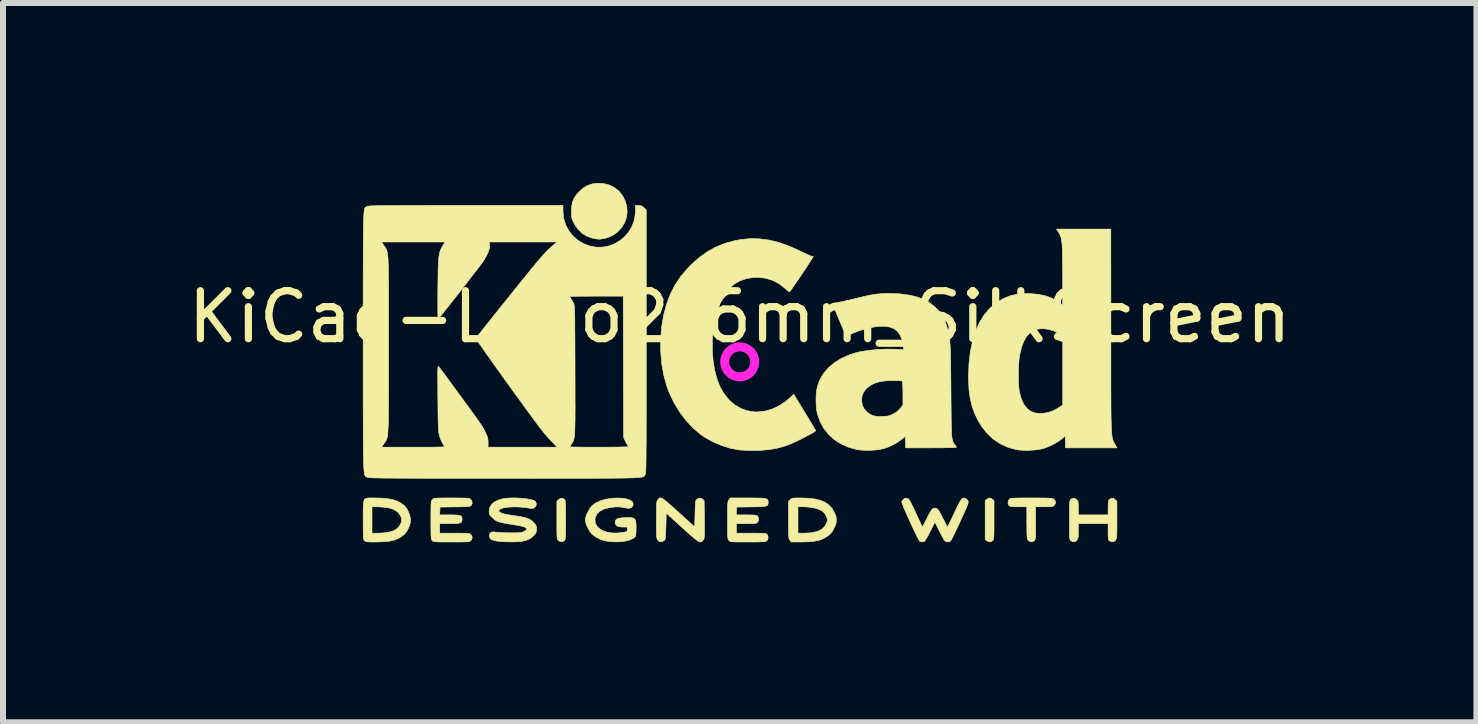
<source format=kicad_pcb>
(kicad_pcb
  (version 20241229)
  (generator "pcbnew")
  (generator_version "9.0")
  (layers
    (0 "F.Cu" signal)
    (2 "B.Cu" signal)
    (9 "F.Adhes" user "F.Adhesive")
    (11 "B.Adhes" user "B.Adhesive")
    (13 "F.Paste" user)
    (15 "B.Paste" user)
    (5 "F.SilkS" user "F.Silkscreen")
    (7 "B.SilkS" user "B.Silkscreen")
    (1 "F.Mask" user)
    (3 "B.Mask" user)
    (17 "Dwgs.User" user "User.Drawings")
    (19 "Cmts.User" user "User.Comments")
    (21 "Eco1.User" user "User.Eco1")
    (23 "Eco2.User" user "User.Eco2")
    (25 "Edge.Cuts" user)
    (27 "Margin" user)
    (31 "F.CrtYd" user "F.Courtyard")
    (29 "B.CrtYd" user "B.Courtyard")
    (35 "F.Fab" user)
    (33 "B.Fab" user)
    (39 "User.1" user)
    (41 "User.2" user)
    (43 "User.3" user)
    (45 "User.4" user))
  (footprint "KiCad-Logo2_6mm_SilkScreen"
    (layer "F.Cu")
    (at 9.281 2.982)
    (property "Reference" "KiCad-Logo2_6mm_SilkScreen" (at 0 -0.75 0) (layer "F.SilkS") (effects (font (size 0.8 0.8) (thickness 0.12))))
    (attr exclude_from_pos_files exclude_from_bom)
    (fp_poly (pts (xy 4.189 2.276) (xy 4.212 2.291) (xy 4.239 2.312) (xy 4.239 2.634) (xy 4.239 2.728) (xy 4.239 2.802) (xy 4.238 2.859) (xy 4.236 2.901) (xy 4.234 2.931) (xy 4.231 2.951) (xy 4.227 2.965) (xy 4.221 2.974) (xy 4.217 2.979) (xy 4.186 3) (xy 4.15 2.999) (xy 4.119 2.981) (xy 4.092 2.96) (xy 4.092 2.312) (xy 4.119 2.291) (xy 4.145 2.275) (xy 4.166 2.269) (xy 4.189 2.276)) (stroke (width 0.01) (type solid)) (fill yes) (layer "F.SilkS"))
    (fp_poly (pts (xy -2.924 2.292) (xy -2.917 2.299) (xy -2.912 2.309) (xy -2.908 2.324) (xy -2.905 2.346) (xy -2.903 2.378) (xy -2.902 2.422) (xy -2.902 2.482) (xy -2.901 2.56) (xy -2.901 2.636) (xy -2.901 2.73) (xy -2.902 2.804) (xy -2.902 2.86) (xy -2.904 2.902) (xy -2.906 2.932) (xy -2.909 2.952) (xy -2.913 2.965) (xy -2.919 2.974) (xy -2.924 2.98) (xy -2.957 3) (xy -2.992 2.998) (xy -3.023 2.977) (xy -3.031 2.968) (xy -3.036 2.959) (xy -3.041 2.945) (xy -3.044 2.924) (xy -3.046 2.895) (xy -3.047 2.853) (xy -3.048 2.796) (xy -3.048 2.722) (xy -3.048 2.638) (xy -3.048 2.324) (xy -3.02 2.297) (xy -2.986 2.273) (xy -2.953 2.273) (xy -2.924 2.292)) (stroke (width 0.01) (type solid)) (fill yes) (layer "F.SilkS"))
    (fp_poly (pts (xy -2.273 -2.973) (xy -2.177 -2.949) (xy -2.09 -2.906) (xy -2.015 -2.847) (xy -1.954 -2.772) (xy -1.909 -2.683) (xy -1.883 -2.586) (xy -1.877 -2.489) (xy -1.892 -2.395) (xy -1.926 -2.307) (xy -1.977 -2.228) (xy -2.042 -2.16) (xy -2.121 -2.106) (xy -2.212 -2.068) (xy -2.263 -2.056) (xy -2.308 -2.048) (xy -2.342 -2.045) (xy -2.375 -2.047) (xy -2.415 -2.054) (xy -2.449 -2.061) (xy -2.542 -2.092) (xy -2.626 -2.143) (xy -2.698 -2.213) (xy -2.756 -2.298) (xy -2.77 -2.326) (xy -2.787 -2.362) (xy -2.797 -2.392) (xy -2.802 -2.425) (xy -2.805 -2.466) (xy -2.805 -2.512) (xy -2.801 -2.596) (xy -2.787 -2.665) (xy -2.762 -2.726) (xy -2.723 -2.784) (xy -2.684 -2.829) (xy -2.612 -2.895) (xy -2.537 -2.94) (xy -2.455 -2.967) (xy -2.377 -2.977) (xy -2.273 -2.973)) (stroke (width 0.01) (type solid)) (fill yes) (layer "F.SilkS"))
    (fp_poly (pts (xy 4.963 2.269) (xy 5.042 2.27) (xy 5.103 2.27) (xy 5.149 2.272) (xy 5.182 2.274) (xy 5.205 2.277) (xy 5.221 2.28) (xy 5.231 2.285) (xy 5.236 2.289) (xy 5.261 2.321) (xy 5.265 2.355) (xy 5.249 2.386) (xy 5.238 2.398) (xy 5.227 2.406) (xy 5.211 2.412) (xy 5.186 2.414) (xy 5.147 2.416) (xy 5.09 2.416) (xy 5.079 2.416) (xy 4.933 2.416) (xy 4.933 2.687) (xy 4.933 2.772) (xy 4.933 2.838) (xy 4.932 2.887) (xy 4.93 2.922) (xy 4.927 2.946) (xy 4.923 2.962) (xy 4.918 2.972) (xy 4.911 2.98) (xy 4.878 3) (xy 4.843 2.999) (xy 4.812 2.976) (xy 4.81 2.973) (xy 4.802 2.962) (xy 4.797 2.95) (xy 4.793 2.933) (xy 4.79 2.908) (xy 4.788 2.872) (xy 4.787 2.822) (xy 4.787 2.755) (xy 4.786 2.68) (xy 4.786 2.416) (xy 4.647 2.416) (xy 4.587 2.415) (xy 4.546 2.414) (xy 4.519 2.411) (xy 4.502 2.405) (xy 4.49 2.397) (xy 4.489 2.395) (xy 4.473 2.362) (xy 4.474 2.324) (xy 4.493 2.292) (xy 4.5 2.285) (xy 4.51 2.28) (xy 4.524 2.276) (xy 4.545 2.274) (xy 4.575 2.272) (xy 4.618 2.27) (xy 4.676 2.269) (xy 4.75 2.269) (xy 4.844 2.269) (xy 4.864 2.269) (xy 4.963 2.269)) (stroke (width 0.01) (type solid)) (fill yes) (layer "F.SilkS"))
    (fp_poly (pts (xy 6.229 2.275) (xy 6.26 2.297) (xy 6.288 2.324) (xy 6.288 2.634) (xy 6.288 2.726) (xy 6.287 2.798) (xy 6.287 2.853) (xy 6.285 2.893) (xy 6.283 2.922) (xy 6.28 2.942) (xy 6.275 2.956) (xy 6.269 2.967) (xy 6.265 2.973) (xy 6.234 2.998) (xy 6.198 3) (xy 6.166 2.985) (xy 6.156 2.976) (xy 6.148 2.965) (xy 6.144 2.946) (xy 6.142 2.915) (xy 6.141 2.869) (xy 6.141 2.833) (xy 6.141 2.698) (xy 5.644 2.698) (xy 5.644 2.821) (xy 5.644 2.877) (xy 5.642 2.915) (xy 5.638 2.941) (xy 5.63 2.96) (xy 5.621 2.973) (xy 5.59 2.998) (xy 5.555 3.001) (xy 5.522 2.983) (xy 5.513 2.974) (xy 5.506 2.962) (xy 5.502 2.943) (xy 5.499 2.914) (xy 5.498 2.87) (xy 5.497 2.808) (xy 5.497 2.794) (xy 5.497 2.678) (xy 5.497 2.582) (xy 5.497 2.504) (xy 5.497 2.443) (xy 5.498 2.396) (xy 5.5 2.361) (xy 5.502 2.335) (xy 5.505 2.318) (xy 5.51 2.306) (xy 5.515 2.298) (xy 5.52 2.292) (xy 5.552 2.272) (xy 5.585 2.275) (xy 5.617 2.297) (xy 5.629 2.311) (xy 5.638 2.327) (xy 5.642 2.35) (xy 5.644 2.384) (xy 5.644 2.436) (xy 5.644 2.551) (xy 6.141 2.551) (xy 6.141 2.433) (xy 6.142 2.378) (xy 6.144 2.341) (xy 6.148 2.317) (xy 6.155 2.301) (xy 6.164 2.292) (xy 6.196 2.272) (xy 6.229 2.275)) (stroke (width 0.01) (type solid)) (fill yes) (layer "F.SilkS"))
    (fp_poly (pts (xy 1.018 2.269) (xy 1.147 2.274) (xy 1.257 2.287) (xy 1.349 2.31) (xy 1.426 2.343) (xy 1.489 2.388) (xy 1.539 2.444) (xy 1.58 2.514) (xy 1.58 2.515) (xy 1.605 2.577) (xy 1.613 2.633) (xy 1.606 2.688) (xy 1.584 2.751) (xy 1.579 2.761) (xy 1.55 2.817) (xy 1.517 2.86) (xy 1.475 2.897) (xy 1.417 2.934) (xy 1.414 2.936) (xy 1.364 2.96) (xy 1.307 2.978) (xy 1.24 2.991) (xy 1.159 2.999) (xy 1.06 3.002) (xy 1.025 3.002) (xy 0.86 3.003) (xy 0.836 2.973) (xy 0.829 2.963) (xy 0.824 2.952) (xy 0.82 2.936) (xy 0.817 2.913) (xy 0.815 2.88) (xy 0.814 2.856) (xy 0.971 2.856) (xy 1.065 2.856) (xy 1.12 2.854) (xy 1.176 2.85) (xy 1.222 2.844) (xy 1.225 2.844) (xy 1.307 2.822) (xy 1.371 2.789) (xy 1.418 2.743) (xy 1.451 2.683) (xy 1.457 2.667) (xy 1.463 2.642) (xy 1.46 2.618) (xy 1.448 2.585) (xy 1.441 2.569) (xy 1.418 2.527) (xy 1.39 2.497) (xy 1.359 2.477) (xy 1.297 2.45) (xy 1.218 2.43) (xy 1.125 2.419) (xy 1.058 2.416) (xy 0.971 2.416) (xy 0.971 2.856) (xy 0.814 2.856) (xy 0.814 2.835) (xy 0.813 2.774) (xy 0.813 2.696) (xy 0.813 2.634) (xy 0.813 2.324) (xy 0.841 2.297) (xy 0.853 2.286) (xy 0.866 2.278) (xy 0.885 2.273) (xy 0.913 2.27) (xy 0.955 2.269) (xy 1.015 2.269) (xy 1.018 2.269)) (stroke (width 0.01) (type solid)) (fill yes) (layer "F.SilkS"))
    (fp_poly (pts (xy -6.121 2.269) (xy -6.082 2.269) (xy -5.966 2.272) (xy -5.869 2.281) (xy -5.788 2.295) (xy -5.719 2.317) (xy -5.658 2.347) (xy -5.604 2.387) (xy -5.584 2.404) (xy -5.552 2.443) (xy -5.523 2.497) (xy -5.5 2.557) (xy -5.488 2.615) (xy -5.486 2.636) (xy -5.494 2.695) (xy -5.516 2.759) (xy -5.547 2.82) (xy -5.584 2.868) (xy -5.59 2.874) (xy -5.641 2.915) (xy -5.696 2.947) (xy -5.76 2.971) (xy -5.834 2.988) (xy -5.924 2.998) (xy -6.031 3.002) (xy -6.08 3.003) (xy -6.142 3.003) (xy -6.186 3.001) (xy -6.215 2.999) (xy -6.234 2.994) (xy -6.247 2.987) (xy -6.254 2.98) (xy -6.261 2.973) (xy -6.266 2.963) (xy -6.27 2.948) (xy -6.273 2.926) (xy -6.274 2.894) (xy -6.276 2.85) (xy -6.276 2.79) (xy -6.277 2.712) (xy -6.277 2.636) (xy -6.277 2.535) (xy -6.277 2.454) (xy -6.276 2.416) (xy -6.13 2.416) (xy -6.13 2.856) (xy -6.037 2.856) (xy -5.981 2.854) (xy -5.922 2.85) (xy -5.873 2.844) (xy -5.872 2.844) (xy -5.792 2.825) (xy -5.731 2.795) (xy -5.684 2.753) (xy -5.655 2.707) (xy -5.636 2.656) (xy -5.638 2.608) (xy -5.659 2.557) (xy -5.7 2.504) (xy -5.758 2.465) (xy -5.833 2.438) (xy -5.883 2.429) (xy -5.939 2.423) (xy -6 2.418) (xy -6.051 2.416) (xy -6.054 2.416) (xy -6.13 2.416) (xy -6.276 2.416) (xy -6.275 2.392) (xy -6.271 2.345) (xy -6.263 2.312) (xy -6.25 2.29) (xy -6.23 2.277) (xy -6.203 2.27) (xy -6.167 2.269) (xy -6.121 2.269)) (stroke (width 0.01) (type solid)) (fill yes) (layer "F.SilkS"))
    (fp_poly (pts (xy -1.3 2.273) (xy -1.277 2.287) (xy -1.246 2.31) (xy -1.206 2.342) (xy -1.156 2.386) (xy -1.094 2.441) (xy -1.018 2.509) (xy -0.931 2.588) (xy -0.751 2.752) (xy -0.745 2.532) (xy -0.743 2.456) (xy -0.741 2.4) (xy -0.739 2.36) (xy -0.736 2.332) (xy -0.731 2.314) (xy -0.725 2.303) (xy -0.717 2.294) (xy -0.713 2.291) (xy -0.678 2.272) (xy -0.645 2.274) (xy -0.619 2.291) (xy -0.593 2.312) (xy -0.589 2.627) (xy -0.588 2.72) (xy -0.588 2.793) (xy -0.588 2.848) (xy -0.589 2.889) (xy -0.591 2.919) (xy -0.594 2.939) (xy -0.598 2.953) (xy -0.604 2.964) (xy -0.61 2.972) (xy -0.623 2.988) (xy -0.637 2.999) (xy -0.652 3.003) (xy -0.671 2.999) (xy -0.695 2.987) (xy -0.727 2.965) (xy -0.768 2.932) (xy -0.821 2.887) (xy -0.886 2.829) (xy -0.96 2.762) (xy -1.225 2.521) (xy -1.23 2.741) (xy -1.233 2.816) (xy -1.235 2.872) (xy -1.237 2.913) (xy -1.24 2.94) (xy -1.244 2.958) (xy -1.25 2.969) (xy -1.259 2.978) (xy -1.263 2.981) (xy -1.3 3) (xy -1.335 2.997) (xy -1.365 2.973) (xy -1.372 2.963) (xy -1.378 2.952) (xy -1.382 2.936) (xy -1.385 2.913) (xy -1.386 2.88) (xy -1.388 2.835) (xy -1.388 2.774) (xy -1.389 2.694) (xy -1.389 2.636) (xy -1.388 2.544) (xy -1.388 2.473) (xy -1.387 2.418) (xy -1.386 2.378) (xy -1.384 2.349) (xy -1.38 2.329) (xy -1.376 2.315) (xy -1.37 2.305) (xy -1.365 2.299) (xy -1.354 2.285) (xy -1.343 2.274) (xy -1.332 2.268) (xy -1.318 2.267) (xy -1.3 2.273)) (stroke (width 0.01) (type solid)) (fill yes) (layer "F.SilkS"))
    (fp_poly (pts (xy -1.95 2.275) (xy -1.882 2.286) (xy -1.829 2.304) (xy -1.795 2.327) (xy -1.785 2.341) (xy -1.776 2.372) (xy -1.782 2.4) (xy -1.802 2.427) (xy -1.834 2.44) (xy -1.879 2.439) (xy -1.914 2.432) (xy -1.992 2.419) (xy -2.072 2.418) (xy -2.162 2.428) (xy -2.186 2.433) (xy -2.269 2.456) (xy -2.334 2.491) (xy -2.38 2.537) (xy -2.407 2.592) (xy -2.413 2.621) (xy -2.409 2.68) (xy -2.386 2.732) (xy -2.345 2.776) (xy -2.288 2.811) (xy -2.219 2.837) (xy -2.138 2.852) (xy -2.048 2.854) (xy -1.951 2.845) (xy -1.945 2.844) (xy -1.907 2.836) (xy -1.885 2.83) (xy -1.876 2.819) (xy -1.874 2.802) (xy -1.874 2.793) (xy -1.874 2.754) (xy -1.942 2.754) (xy -2.003 2.75) (xy -2.044 2.737) (xy -2.068 2.714) (xy -2.077 2.679) (xy -2.077 2.674) (xy -2.072 2.645) (xy -2.054 2.623) (xy -2.022 2.609) (xy -1.972 2.601) (xy -1.923 2.598) (xy -1.852 2.596) (xy -1.801 2.599) (xy -1.766 2.609) (xy -1.744 2.628) (xy -1.733 2.66) (xy -1.728 2.708) (xy -1.727 2.77) (xy -1.729 2.84) (xy -1.733 2.887) (xy -1.74 2.912) (xy -1.741 2.914) (xy -1.78 2.946) (xy -1.837 2.97) (xy -1.909 2.988) (xy -1.991 2.999) (xy -2.081 3.001) (xy -2.175 2.994) (xy -2.23 2.986) (xy -2.316 2.962) (xy -2.396 2.922) (xy -2.463 2.87) (xy -2.473 2.86) (xy -2.506 2.816) (xy -2.536 2.762) (xy -2.559 2.706) (xy -2.572 2.654) (xy -2.574 2.635) (xy -2.567 2.593) (xy -2.55 2.542) (xy -2.524 2.488) (xy -2.495 2.439) (xy -2.469 2.406) (xy -2.408 2.357) (xy -2.329 2.319) (xy -2.235 2.29) (xy -2.129 2.274) (xy -2.032 2.27) (xy -1.95 2.275)) (stroke (width 0.01) (type solid)) (fill yes) (layer "F.SilkS"))
    (fp_poly (pts (xy 0.23 2.269) (xy 0.307 2.27) (xy 0.365 2.272) (xy 0.408 2.276) (xy 0.438 2.282) (xy 0.457 2.291) (xy 0.468 2.303) (xy 0.473 2.319) (xy 0.474 2.339) (xy 0.474 2.341) (xy 0.473 2.364) (xy 0.468 2.382) (xy 0.457 2.395) (xy 0.437 2.404) (xy 0.406 2.41) (xy 0.36 2.414) (xy 0.298 2.417) (xy 0.216 2.418) (xy 0.191 2.418) (xy -0.051 2.421) (xy -0.054 2.486) (xy -0.058 2.551) (xy 0.111 2.551) (xy 0.176 2.552) (xy 0.223 2.553) (xy 0.255 2.555) (xy 0.276 2.559) (xy 0.289 2.565) (xy 0.299 2.573) (xy 0.299 2.573) (xy 0.316 2.607) (xy 0.316 2.643) (xy 0.297 2.674) (xy 0.294 2.678) (xy 0.281 2.686) (xy 0.263 2.692) (xy 0.237 2.695) (xy 0.197 2.697) (xy 0.142 2.698) (xy 0.106 2.698) (xy -0.056 2.698) (xy -0.056 2.856) (xy 0.19 2.856) (xy 0.272 2.856) (xy 0.333 2.857) (xy 0.379 2.858) (xy 0.41 2.86) (xy 0.431 2.864) (xy 0.445 2.868) (xy 0.453 2.874) (xy 0.455 2.877) (xy 0.472 2.908) (xy 0.473 2.944) (xy 0.46 2.975) (xy 0.449 2.985) (xy 0.438 2.991) (xy 0.421 2.995) (xy 0.396 2.998) (xy 0.359 3) (xy 0.308 3.002) (xy 0.24 3.003) (xy 0.153 3.003) (xy 0.133 3.003) (xy 0.045 3.003) (xy -0.024 3.002) (xy -0.075 3.002) (xy -0.113 3) (xy -0.139 2.998) (xy -0.156 2.994) (xy -0.167 2.989) (xy -0.176 2.983) (xy -0.18 2.978) (xy -0.187 2.97) (xy -0.192 2.96) (xy -0.196 2.945) (xy -0.199 2.923) (xy -0.201 2.89) (xy -0.202 2.845) (xy -0.203 2.785) (xy -0.203 2.707) (xy -0.203 2.641) (xy -0.203 2.549) (xy -0.203 2.476) (xy -0.202 2.421) (xy -0.201 2.38) (xy -0.198 2.35) (xy -0.195 2.33) (xy -0.191 2.316) (xy -0.185 2.305) (xy -0.18 2.299) (xy -0.156 2.269) (xy 0.134 2.269) (xy 0.23 2.269)) (stroke (width 0.01) (type solid)) (fill yes) (layer "F.SilkS"))
    (fp_poly (pts (xy -4.713 2.269) (xy -4.643 2.27) (xy -4.591 2.27) (xy -4.553 2.272) (xy -4.526 2.274) (xy -4.508 2.278) (xy -4.496 2.283) (xy -4.487 2.289) (xy -4.484 2.292) (xy -4.464 2.323) (xy -4.46 2.359) (xy -4.473 2.391) (xy -4.48 2.397) (xy -4.489 2.403) (xy -4.505 2.408) (xy -4.529 2.412) (xy -4.566 2.414) (xy -4.617 2.416) (xy -4.685 2.418) (xy -4.748 2.418) (xy -4.995 2.421) (xy -4.999 2.486) (xy -5.002 2.551) (xy -4.834 2.551) (xy -4.761 2.552) (xy -4.708 2.555) (xy -4.671 2.56) (xy -4.647 2.57) (xy -4.634 2.586) (xy -4.629 2.607) (xy -4.628 2.628) (xy -4.631 2.653) (xy -4.64 2.671) (xy -4.659 2.684) (xy -4.691 2.692) (xy -4.738 2.696) (xy -4.804 2.698) (xy -4.84 2.698) (xy -5.001 2.698) (xy -5.001 2.856) (xy -4.753 2.856) (xy -4.671 2.856) (xy -4.609 2.857) (xy -4.564 2.858) (xy -4.532 2.86) (xy -4.511 2.863) (xy -4.496 2.868) (xy -4.487 2.874) (xy -4.482 2.879) (xy -4.465 2.906) (xy -4.459 2.929) (xy -4.467 2.959) (xy -4.482 2.98) (xy -4.49 2.987) (xy -4.5 2.992) (xy -4.515 2.996) (xy -4.538 2.999) (xy -4.571 3.001) (xy -4.618 3.002) (xy -4.68 3.003) (xy -4.761 3.003) (xy -4.803 3.003) (xy -4.894 3.003) (xy -4.964 3.002) (xy -5.017 3.002) (xy -5.056 3) (xy -5.083 2.998) (xy -5.101 2.994) (xy -5.113 2.99) (xy -5.122 2.983) (xy -5.125 2.98) (xy -5.132 2.973) (xy -5.137 2.963) (xy -5.141 2.948) (xy -5.144 2.926) (xy -5.146 2.894) (xy -5.147 2.849) (xy -5.147 2.789) (xy -5.148 2.711) (xy -5.148 2.638) (xy -5.148 2.545) (xy -5.147 2.471) (xy -5.147 2.415) (xy -5.146 2.374) (xy -5.144 2.345) (xy -5.141 2.325) (xy -5.136 2.312) (xy -5.131 2.303) (xy -5.123 2.295) (xy -5.122 2.294) (xy -5.113 2.286) (xy -5.103 2.28) (xy -5.089 2.276) (xy -5.067 2.273) (xy -5.036 2.271) (xy -4.993 2.27) (xy -4.934 2.269) (xy -4.857 2.269) (xy -4.802 2.269) (xy -4.713 2.269)) (stroke (width 0.01) (type solid)) (fill yes) (layer "F.SilkS"))
    (fp_poly (pts (xy 3.745 2.271) (xy 3.764 2.278) (xy 3.765 2.278) (xy 3.792 2.299) (xy 3.806 2.32) (xy 3.809 2.329) (xy 3.809 2.342) (xy 3.805 2.361) (xy 3.796 2.387) (xy 3.782 2.424) (xy 3.761 2.473) (xy 3.732 2.536) (xy 3.695 2.617) (xy 3.675 2.661) (xy 3.639 2.74) (xy 3.604 2.812) (xy 3.574 2.876) (xy 3.548 2.928) (xy 3.528 2.965) (xy 3.516 2.986) (xy 3.513 2.989) (xy 3.482 3.001) (xy 3.447 3) (xy 3.419 2.984) (xy 3.418 2.983) (xy 3.407 2.966) (xy 3.388 2.933) (xy 3.364 2.888) (xy 3.337 2.836) (xy 3.327 2.817) (xy 3.254 2.67) (xy 3.174 2.829) (xy 3.146 2.884) (xy 3.119 2.932) (xy 3.097 2.969) (xy 3.081 2.991) (xy 3.076 2.996) (xy 3.034 3.002) (xy 3 2.989) (xy 2.99 2.974) (xy 2.972 2.943) (xy 2.949 2.897) (xy 2.921 2.839) (xy 2.89 2.774) (xy 2.857 2.704) (xy 2.824 2.631) (xy 2.792 2.56) (xy 2.763 2.494) (xy 2.737 2.435) (xy 2.718 2.386) (xy 2.705 2.352) (xy 2.7 2.334) (xy 2.7 2.334) (xy 2.711 2.311) (xy 2.733 2.289) (xy 2.735 2.288) (xy 2.762 2.272) (xy 2.787 2.273) (xy 2.796 2.275) (xy 2.808 2.282) (xy 2.82 2.294) (xy 2.834 2.315) (xy 2.852 2.347) (xy 2.875 2.393) (xy 2.905 2.455) (xy 2.932 2.512) (xy 2.962 2.578) (xy 2.99 2.638) (xy 3.013 2.688) (xy 3.03 2.725) (xy 3.039 2.746) (xy 3.041 2.749) (xy 3.047 2.743) (xy 3.061 2.721) (xy 3.081 2.685) (xy 3.106 2.638) (xy 3.115 2.619) (xy 3.148 2.554) (xy 3.174 2.507) (xy 3.194 2.474) (xy 3.21 2.454) (xy 3.226 2.443) (xy 3.242 2.439) (xy 3.252 2.438) (xy 3.271 2.44) (xy 3.287 2.447) (xy 3.303 2.462) (xy 3.321 2.487) (xy 3.344 2.526) (xy 3.373 2.581) (xy 3.389 2.613) (xy 3.415 2.663) (xy 3.437 2.705) (xy 3.454 2.734) (xy 3.464 2.748) (xy 3.466 2.749) (xy 3.472 2.738) (xy 3.487 2.709) (xy 3.508 2.666) (xy 3.534 2.612) (xy 3.564 2.548) (xy 3.578 2.517) (xy 3.616 2.436) (xy 3.647 2.374) (xy 3.672 2.328) (xy 3.692 2.297) (xy 3.71 2.278) (xy 3.727 2.271) (xy 3.745 2.271)) (stroke (width 0.01) (type solid)) (fill yes) (layer "F.SilkS"))
    (fp_poly (pts (xy -3.692 2.27) (xy -3.617 2.276) (xy -3.547 2.284) (xy -3.487 2.295) (xy -3.44 2.308) (xy -3.41 2.323) (xy -3.406 2.327) (xy -3.39 2.362) (xy -3.395 2.397) (xy -3.419 2.428) (xy -3.421 2.429) (xy -3.435 2.438) (xy -3.45 2.443) (xy -3.471 2.443) (xy -3.503 2.44) (xy -3.552 2.432) (xy -3.556 2.432) (xy -3.629 2.423) (xy -3.707 2.418) (xy -3.786 2.418) (xy -3.859 2.422) (xy -3.922 2.43) (xy -3.968 2.443) (xy -3.971 2.444) (xy -4.005 2.463) (xy -4.017 2.482) (xy -4.008 2.5) (xy -3.978 2.518) (xy -3.929 2.535) (xy -3.861 2.549) (xy -3.816 2.556) (xy -3.721 2.57) (xy -3.647 2.582) (xy -3.588 2.594) (xy -3.542 2.608) (xy -3.506 2.623) (xy -3.476 2.641) (xy -3.449 2.664) (xy -3.428 2.686) (xy -3.403 2.717) (xy -3.391 2.743) (xy -3.387 2.776) (xy -3.387 2.788) (xy -3.39 2.828) (xy -3.401 2.857) (xy -3.421 2.883) (xy -3.462 2.924) (xy -3.508 2.954) (xy -3.562 2.976) (xy -3.627 2.991) (xy -3.707 2.999) (xy -3.805 3.001) (xy -3.821 3.001) (xy -3.887 3) (xy -3.952 2.997) (xy -4.009 2.992) (xy -4.052 2.987) (xy -4.055 2.987) (xy -4.098 2.976) (xy -4.134 2.964) (xy -4.154 2.952) (xy -4.173 2.922) (xy -4.174 2.886) (xy -4.158 2.854) (xy -4.154 2.851) (xy -4.139 2.84) (xy -4.12 2.835) (xy -4.091 2.836) (xy -4.056 2.84) (xy -4.016 2.844) (xy -3.96 2.847) (xy -3.895 2.849) (xy -3.828 2.85) (xy -3.81 2.85) (xy -3.742 2.85) (xy -3.692 2.849) (xy -3.657 2.846) (xy -3.63 2.841) (xy -3.609 2.834) (xy -3.596 2.828) (xy -3.568 2.811) (xy -3.55 2.796) (xy -3.547 2.792) (xy -3.553 2.774) (xy -3.579 2.757) (xy -3.624 2.741) (xy -3.687 2.728) (xy -3.705 2.725) (xy -3.801 2.71) (xy -3.878 2.697) (xy -3.938 2.686) (xy -3.984 2.676) (xy -4.021 2.665) (xy -4.049 2.653) (xy -4.073 2.639) (xy -4.096 2.622) (xy -4.119 2.601) (xy -4.127 2.594) (xy -4.155 2.567) (xy -4.17 2.545) (xy -4.176 2.52) (xy -4.177 2.489) (xy -4.167 2.428) (xy -4.136 2.376) (xy -4.085 2.333) (xy -4.013 2.3) (xy -3.962 2.285) (xy -3.907 2.275) (xy -3.841 2.27) (xy -3.768 2.268) (xy -3.692 2.27)) (stroke (width 0.01) (type solid)) (fill yes) (layer "F.SilkS"))
    (fp_poly (pts (xy 0.328 -2.051) (xy 0.489 -2.03) (xy 0.653 -1.99) (xy 0.822 -1.93) (xy 1 -1.851) (xy 1.011 -1.845) (xy 1.069 -1.817) (xy 1.121 -1.793) (xy 1.162 -1.775) (xy 1.19 -1.764) (xy 1.2 -1.761) (xy 1.219 -1.756) (xy 1.224 -1.752) (xy 1.218 -1.741) (xy 1.202 -1.715) (xy 1.177 -1.676) (xy 1.145 -1.626) (xy 1.107 -1.569) (xy 1.066 -1.507) (xy 1.023 -1.442) (xy 0.98 -1.379) (xy 0.939 -1.319) (xy 0.902 -1.265) (xy 0.871 -1.22) (xy 0.847 -1.186) (xy 0.832 -1.167) (xy 0.83 -1.165) (xy 0.82 -1.17) (xy 0.798 -1.187) (xy 0.767 -1.214) (xy 0.752 -1.228) (xy 0.655 -1.303) (xy 0.548 -1.359) (xy 0.433 -1.394) (xy 0.31 -1.408) (xy 0.241 -1.407) (xy 0.119 -1.39) (xy 0.01 -1.354) (xy -0.087 -1.299) (xy -0.174 -1.225) (xy -0.249 -1.131) (xy -0.314 -1.018) (xy -0.351 -0.931) (xy -0.395 -0.796) (xy -0.428 -0.648) (xy -0.448 -0.493) (xy -0.458 -0.333) (xy -0.456 -0.173) (xy -0.443 -0.016) (xy -0.419 0.133) (xy -0.384 0.271) (xy -0.338 0.395) (xy -0.322 0.429) (xy -0.253 0.543) (xy -0.173 0.64) (xy -0.081 0.718) (xy 0.02 0.777) (xy 0.13 0.816) (xy 0.247 0.834) (xy 0.289 0.835) (xy 0.41 0.824) (xy 0.531 0.791) (xy 0.649 0.737) (xy 0.762 0.663) (xy 0.854 0.585) (xy 0.9 0.54) (xy 1.081 0.837) (xy 1.127 0.911) (xy 1.168 0.98) (xy 1.204 1.039) (xy 1.233 1.088) (xy 1.254 1.124) (xy 1.265 1.144) (xy 1.266 1.147) (xy 1.258 1.157) (xy 1.233 1.174) (xy 1.193 1.197) (xy 1.142 1.225) (xy 1.084 1.255) (xy 1.021 1.287) (xy 0.958 1.318) (xy 0.896 1.346) (xy 0.839 1.371) (xy 0.791 1.391) (xy 0.768 1.399) (xy 0.634 1.437) (xy 0.496 1.462) (xy 0.349 1.475) (xy 0.222 1.477) (xy 0.154 1.476) (xy 0.088 1.474) (xy 0.031 1.471) (xy -0.013 1.468) (xy -0.027 1.466) (xy -0.166 1.438) (xy -0.307 1.392) (xy -0.445 1.334) (xy -0.572 1.264) (xy -0.649 1.211) (xy -0.777 1.103) (xy -0.895 0.977) (xy -1.002 0.835) (xy -1.095 0.681) (xy -1.173 0.518) (xy -1.217 0.401) (xy -1.267 0.217) (xy -1.301 0.023) (xy -1.318 -0.179) (xy -1.318 -0.382) (xy -1.301 -0.584) (xy -1.268 -0.781) (xy -1.217 -0.967) (xy -1.214 -0.978) (xy -1.151 -1.14) (xy -1.074 -1.288) (xy -0.981 -1.426) (xy -0.868 -1.558) (xy -0.825 -1.604) (xy -0.688 -1.728) (xy -0.549 -1.83) (xy -0.403 -1.912) (xy -0.249 -1.975) (xy -0.084 -2.02) (xy 0.011 -2.038) (xy 0.17 -2.054) (xy 0.328 -2.051)) (stroke (width 0.01) (type solid)) (fill yes) (layer "F.SilkS"))
    (fp_poly (pts (xy 6.187 -0.528) (xy 6.187 -0.293) (xy 6.187 -0.08) (xy 6.187 0.112) (xy 6.187 0.285) (xy 6.187 0.441) (xy 6.188 0.579) (xy 6.188 0.701) (xy 6.189 0.808) (xy 6.19 0.901) (xy 6.192 0.982) (xy 6.194 1.051) (xy 6.196 1.11) (xy 6.198 1.159) (xy 6.202 1.2) (xy 6.205 1.234) (xy 6.21 1.262) (xy 6.214 1.285) (xy 6.22 1.304) (xy 6.226 1.321) (xy 6.233 1.335) (xy 6.24 1.349) (xy 6.249 1.364) (xy 6.254 1.373) (xy 6.288 1.434) (xy 5.43 1.434) (xy 5.43 1.338) (xy 5.429 1.294) (xy 5.427 1.261) (xy 5.424 1.243) (xy 5.423 1.242) (xy 5.412 1.249) (xy 5.389 1.267) (xy 5.366 1.286) (xy 5.312 1.327) (xy 5.242 1.368) (xy 5.165 1.405) (xy 5.088 1.435) (xy 5.057 1.445) (xy 4.989 1.46) (xy 4.906 1.47) (xy 4.816 1.475) (xy 4.728 1.474) (xy 4.649 1.469) (xy 4.612 1.463) (xy 4.473 1.425) (xy 4.346 1.367) (xy 4.23 1.29) (xy 4.127 1.195) (xy 4.036 1.081) (xy 3.969 0.97) (xy 3.914 0.854) (xy 3.872 0.734) (xy 3.842 0.608) (xy 3.823 0.472) (xy 3.815 0.32) (xy 3.814 0.243) (xy 3.816 0.186) (xy 4.645 0.186) (xy 4.645 0.279) (xy 4.648 0.367) (xy 4.654 0.444) (xy 4.662 0.505) (xy 4.665 0.517) (xy 4.697 0.625) (xy 4.738 0.712) (xy 4.79 0.779) (xy 4.853 0.826) (xy 4.926 0.853) (xy 5.011 0.862) (xy 5.107 0.851) (xy 5.17 0.835) (xy 5.219 0.817) (xy 5.274 0.791) (xy 5.314 0.767) (xy 5.385 0.721) (xy 5.385 -0.429) (xy 5.317 -0.473) (xy 5.239 -0.514) (xy 5.155 -0.541) (xy 5.07 -0.553) (xy 4.988 -0.549) (xy 4.915 -0.53) (xy 4.883 -0.515) (xy 4.826 -0.472) (xy 4.777 -0.415) (xy 4.735 -0.342) (xy 4.701 -0.252) (xy 4.672 -0.141) (xy 4.671 -0.135) (xy 4.66 -0.073) (xy 4.653 0.005) (xy 4.648 0.093) (xy 4.645 0.186) (xy 3.816 0.186) (xy 3.822 0.03) (xy 3.844 -0.166) (xy 3.88 -0.345) (xy 3.93 -0.506) (xy 3.994 -0.65) (xy 4.071 -0.777) (xy 4.163 -0.886) (xy 4.268 -0.977) (xy 4.314 -1.008) (xy 4.415 -1.064) (xy 4.518 -1.104) (xy 4.628 -1.128) (xy 4.749 -1.138) (xy 4.842 -1.137) (xy 4.971 -1.126) (xy 5.084 -1.104) (xy 5.183 -1.07) (xy 5.271 -1.024) (xy 5.32 -0.99) (xy 5.349 -0.968) (xy 5.371 -0.953) (xy 5.379 -0.948) (xy 5.381 -0.959) (xy 5.382 -0.99) (xy 5.383 -1.037) (xy 5.384 -1.1) (xy 5.384 -1.173) (xy 5.384 -1.256) (xy 5.384 -1.344) (xy 5.384 -1.436) (xy 5.383 -1.528) (xy 5.382 -1.618) (xy 5.381 -1.704) (xy 5.38 -1.781) (xy 5.379 -1.848) (xy 5.377 -1.902) (xy 5.375 -1.94) (xy 5.375 -1.947) (xy 5.367 -2.018) (xy 5.356 -2.073) (xy 5.338 -2.12) (xy 5.312 -2.166) (xy 5.305 -2.176) (xy 5.281 -2.213) (xy 6.186 -2.213) (xy 6.187 -0.528)) (stroke (width 0.01) (type solid)) (fill yes) (layer "F.SilkS"))
    (fp_poly (pts (xy 2.674 -1.133) (xy 2.825 -1.113) (xy 2.961 -1.08) (xy 3.08 -1.032) (xy 3.185 -0.971) (xy 3.262 -0.907) (xy 3.331 -0.833) (xy 3.385 -0.753) (xy 3.428 -0.661) (xy 3.443 -0.618) (xy 3.456 -0.579) (xy 3.467 -0.543) (xy 3.477 -0.508) (xy 3.485 -0.472) (xy 3.492 -0.433) (xy 3.498 -0.39) (xy 3.503 -0.34) (xy 3.507 -0.283) (xy 3.51 -0.215) (xy 3.513 -0.136) (xy 3.515 -0.043) (xy 3.517 0.066) (xy 3.518 0.192) (xy 3.52 0.337) (xy 3.521 0.48) (xy 3.522 0.636) (xy 3.524 0.771) (xy 3.525 0.887) (xy 3.526 0.986) (xy 3.528 1.068) (xy 3.53 1.136) (xy 3.532 1.192) (xy 3.535 1.236) (xy 3.539 1.271) (xy 3.544 1.299) (xy 3.55 1.321) (xy 3.557 1.338) (xy 3.565 1.352) (xy 3.574 1.366) (xy 3.585 1.38) (xy 3.59 1.385) (xy 3.605 1.408) (xy 3.612 1.423) (xy 3.612 1.424) (xy 3.602 1.426) (xy 3.571 1.428) (xy 3.522 1.43) (xy 3.458 1.431) (xy 3.382 1.433) (xy 3.295 1.433) (xy 3.2 1.434) (xy 3.19 1.434) (xy 2.767 1.434) (xy 2.763 1.338) (xy 2.76 1.242) (xy 2.698 1.293) (xy 2.601 1.36) (xy 2.491 1.415) (xy 2.404 1.445) (xy 2.335 1.46) (xy 2.252 1.47) (xy 2.162 1.475) (xy 2.074 1.474) (xy 1.995 1.468) (xy 1.959 1.463) (xy 1.819 1.425) (xy 1.692 1.37) (xy 1.58 1.299) (xy 1.484 1.213) (xy 1.404 1.112) (xy 1.341 0.997) (xy 1.296 0.871) (xy 1.284 0.814) (xy 1.276 0.752) (xy 1.273 0.677) (xy 1.272 0.643) (xy 1.272 0.64) (xy 2.032 0.64) (xy 2.042 0.715) (xy 2.07 0.779) (xy 2.118 0.835) (xy 2.123 0.839) (xy 2.172 0.874) (xy 2.223 0.897) (xy 2.284 0.909) (xy 2.359 0.911) (xy 2.377 0.911) (xy 2.431 0.908) (xy 2.471 0.903) (xy 2.506 0.893) (xy 2.545 0.876) (xy 2.556 0.871) (xy 2.616 0.835) (xy 2.663 0.792) (xy 2.676 0.777) (xy 2.721 0.72) (xy 2.721 0.525) (xy 2.72 0.446) (xy 2.718 0.388) (xy 2.715 0.349) (xy 2.711 0.327) (xy 2.707 0.32) (xy 2.691 0.317) (xy 2.657 0.314) (xy 2.61 0.313) (xy 2.555 0.312) (xy 2.546 0.312) (xy 2.425 0.317) (xy 2.323 0.333) (xy 2.236 0.361) (xy 2.164 0.401) (xy 2.109 0.448) (xy 2.064 0.506) (xy 2.039 0.569) (xy 2.032 0.64) (xy 1.272 0.64) (xy 1.274 0.55) (xy 1.283 0.471) (xy 1.299 0.4) (xy 1.324 0.329) (xy 1.348 0.276) (xy 1.407 0.181) (xy 1.485 0.093) (xy 1.58 0.014) (xy 1.69 -0.055) (xy 1.813 -0.111) (xy 1.945 -0.154) (xy 2.009 -0.169) (xy 2.146 -0.191) (xy 2.294 -0.206) (xy 2.446 -0.212) (xy 2.572 -0.211) (xy 2.734 -0.204) (xy 2.727 -0.263) (xy 2.707 -0.362) (xy 2.676 -0.443) (xy 2.632 -0.506) (xy 2.575 -0.551) (xy 2.503 -0.58) (xy 2.416 -0.594) (xy 2.313 -0.591) (xy 2.275 -0.587) (xy 2.134 -0.562) (xy 1.997 -0.521) (xy 1.902 -0.483) (xy 1.857 -0.464) (xy 1.819 -0.448) (xy 1.792 -0.439) (xy 1.785 -0.437) (xy 1.775 -0.446) (xy 1.758 -0.475) (xy 1.734 -0.524) (xy 1.703 -0.594) (xy 1.665 -0.684) (xy 1.658 -0.7) (xy 1.628 -0.772) (xy 1.601 -0.838) (xy 1.578 -0.893) (xy 1.561 -0.936) (xy 1.55 -0.963) (xy 1.547 -0.972) (xy 1.557 -0.977) (xy 1.583 -0.982) (xy 1.611 -0.986) (xy 1.642 -0.991) (xy 1.689 -1) (xy 1.751 -1.013) (xy 1.821 -1.029) (xy 1.896 -1.047) (xy 1.925 -1.054) (xy 2.03 -1.08) (xy 2.117 -1.1) (xy 2.192 -1.115) (xy 2.258 -1.126) (xy 2.319 -1.133) (xy 2.381 -1.138) (xy 2.446 -1.14) (xy 2.504 -1.14) (xy 2.674 -1.133)) (stroke (width 0.01) (type solid)) (fill yes) (layer "F.SilkS"))
    (fp_poly (pts (xy -2.946 -2.511) (xy -2.936 -2.397) (xy -2.904 -2.289) (xy -2.853 -2.19) (xy -2.784 -2.102) (xy -2.699 -2.027) (xy -2.602 -1.97) (xy -2.496 -1.93) (xy -2.389 -1.911) (xy -2.283 -1.913) (xy -2.181 -1.932) (xy -2.085 -1.969) (xy -1.996 -2.021) (xy -1.917 -2.087) (xy -1.849 -2.167) (xy -1.796 -2.258) (xy -1.759 -2.359) (xy -1.74 -2.47) (xy -1.738 -2.52) (xy -1.738 -2.608) (xy -1.687 -2.608) (xy -1.65 -2.605) (xy -1.623 -2.593) (xy -1.596 -2.569) (xy -1.558 -2.531) (xy -1.558 -0.339) (xy -1.558 -0.077) (xy -1.558 0.163) (xy -1.558 0.383) (xy -1.558 0.583) (xy -1.558 0.764) (xy -1.558 0.928) (xy -1.559 1.074) (xy -1.559 1.205) (xy -1.559 1.32) (xy -1.56 1.421) (xy -1.561 1.509) (xy -1.561 1.585) (xy -1.562 1.65) (xy -1.563 1.704) (xy -1.564 1.749) (xy -1.565 1.786) (xy -1.567 1.815) (xy -1.568 1.837) (xy -1.57 1.854) (xy -1.572 1.866) (xy -1.574 1.874) (xy -1.576 1.88) (xy -1.577 1.882) (xy -1.581 1.889) (xy -1.585 1.895) (xy -1.589 1.901) (xy -1.594 1.906) (xy -1.601 1.911) (xy -1.611 1.916) (xy -1.625 1.92) (xy -1.645 1.923) (xy -1.669 1.926) (xy -1.701 1.929) (xy -1.741 1.931) (xy -1.789 1.934) (xy -1.846 1.935) (xy -1.914 1.937) (xy -1.994 1.938) (xy -2.085 1.939) (xy -2.19 1.94) (xy -2.309 1.94) (xy -2.443 1.941) (xy -2.593 1.941) (xy -2.76 1.941) (xy -2.945 1.942) (xy -3.149 1.942) (xy -3.372 1.942) (xy -3.616 1.941) (xy -3.881 1.941) (xy -3.92 1.941) (xy -4.187 1.941) (xy -4.432 1.941) (xy -4.657 1.941) (xy -4.861 1.941) (xy -5.047 1.941) (xy -5.215 1.941) (xy -5.366 1.94) (xy -5.501 1.94) (xy -5.62 1.939) (xy -5.725 1.939) (xy -5.817 1.938) (xy -5.896 1.938) (xy -5.964 1.937) (xy -6.021 1.936) (xy -6.069 1.935) (xy -6.107 1.933) (xy -6.138 1.932) (xy -6.162 1.931) (xy -6.18 1.929) (xy -6.192 1.927) (xy -6.201 1.925) (xy -6.205 1.923) (xy -6.214 1.92) (xy -6.221 1.917) (xy -6.229 1.915) (xy -6.235 1.911) (xy -6.241 1.906) (xy -6.246 1.897) (xy -6.251 1.885) (xy -6.255 1.869) (xy -6.259 1.846) (xy -6.262 1.818) (xy -6.265 1.781) (xy -6.268 1.737) (xy -6.27 1.683) (xy -6.271 1.618) (xy -6.273 1.543) (xy -6.274 1.455) (xy -6.275 1.354) (xy -6.276 1.239) (xy -6.276 1.11) (xy -6.276 0.964) (xy -6.277 0.802) (xy -6.277 0.621) (xy -6.277 0.422) (xy -6.277 0.204) (xy -6.277 -0.035) (xy -6.277 -0.296) (xy -6.277 -0.338) (xy -6.277 -0.601) (xy -6.277 -0.842) (xy -6.277 -1.063) (xy -6.277 -1.264) (xy -6.277 -1.446) (xy -6.276 -1.61) (xy -6.276 -1.757) (xy -6.276 -1.888) (xy -6.275 -1.998) (xy -5.972 -1.998) (xy -5.932 -1.94) (xy -5.921 -1.925) (xy -5.911 -1.911) (xy -5.902 -1.897) (xy -5.894 -1.883) (xy -5.887 -1.868) (xy -5.881 -1.849) (xy -5.875 -1.826) (xy -5.871 -1.798) (xy -5.867 -1.764) (xy -5.863 -1.722) (xy -5.861 -1.67) (xy -5.858 -1.609) (xy -5.857 -1.537) (xy -5.855 -1.452) (xy -5.855 -1.354) (xy -5.854 -1.24) (xy -5.853 -1.111) (xy -5.853 -0.965) (xy -5.853 -0.8) (xy -5.853 -0.616) (xy -5.853 -0.41) (xy -5.853 -0.288) (xy -5.853 -0.071) (xy -5.853 0.125) (xy -5.853 0.3) (xy -5.853 0.456) (xy -5.854 0.595) (xy -5.854 0.717) (xy -5.855 0.823) (xy -5.856 0.915) (xy -5.857 0.994) (xy -5.859 1.062) (xy -5.862 1.118) (xy -5.865 1.165) (xy -5.868 1.204) (xy -5.872 1.235) (xy -5.877 1.261) (xy -5.883 1.282) (xy -5.89 1.299) (xy -5.897 1.314) (xy -5.906 1.327) (xy -5.915 1.341) (xy -5.925 1.356) (xy -5.932 1.365) (xy -5.97 1.422) (xy -5.439 1.422) (xy -5.315 1.422) (xy -5.213 1.422) (xy -5.129 1.422) (xy -5.063 1.421) (xy -5.012 1.42) (xy -4.974 1.419) (xy -4.948 1.417) (xy -4.932 1.415) (xy -4.923 1.412) (xy -4.921 1.408) (xy -4.923 1.404) (xy -4.925 1.403) (xy -4.95 1.366) (xy -4.976 1.313) (xy -4.999 1.251) (xy -5.007 1.224) (xy -5.012 1.206) (xy -5.016 1.185) (xy -5.019 1.159) (xy -5.022 1.126) (xy -5.024 1.083) (xy -5.026 1.028) (xy -5.028 0.96) (xy -5.029 0.877) (xy -5.03 0.775) (xy -5.031 0.654) (xy -5.032 0.61) (xy -5.033 0.484) (xy -5.033 0.38) (xy -5.034 0.295) (xy -5.034 0.227) (xy -5.034 0.174) (xy -5.033 0.135) (xy -5.031 0.107) (xy -5.029 0.09) (xy -5.027 0.081) (xy -5.023 0.078) (xy -5.019 0.08) (xy -5.015 0.085) (xy -5.004 0.098) (xy -4.982 0.127) (xy -4.95 0.17) (xy -4.909 0.225) (xy -4.861 0.289) (xy -4.808 0.362) (xy -4.751 0.44) (xy -4.691 0.521) (xy -4.631 0.603) (xy -4.572 0.685) (xy -4.514 0.763) (xy -4.461 0.836) (xy -4.413 0.902) (xy -4.373 0.959) (xy -4.341 1.004) (xy -4.318 1.035) (xy -4.314 1.041) (xy -4.291 1.078) (xy -4.264 1.126) (xy -4.239 1.176) (xy -4.236 1.183) (xy -4.214 1.231) (xy -4.201 1.268) (xy -4.196 1.304) (xy -4.194 1.346) (xy -4.195 1.422) (xy -3.041 1.422) (xy -3.132 1.329) (xy -3.179 1.279) (xy -3.229 1.222) (xy -3.275 1.168) (xy -3.295 1.143) (xy -3.326 1.103) (xy -3.366 1.05) (xy -3.414 0.985) (xy -3.47 0.909) (xy -3.532 0.825) (xy -3.599 0.733) (xy -3.669 0.636) (xy -3.743 0.535) (xy -3.817 0.432) (xy -3.892 0.328) (xy -3.966 0.225) (xy -4.038 0.125) (xy -4.106 0.029) (xy -4.17 -0.061) (xy -4.229 -0.144) (xy -4.28 -0.218) (xy -4.324 -0.28) (xy -4.359 -0.33) (xy -4.383 -0.367) (xy -4.396 -0.387) (xy -4.398 -0.391) (xy -4.39 -0.403) (xy -4.369 -0.43) (xy -4.337 -0.471) (xy -4.294 -0.525) (xy -4.243 -0.589) (xy -4.185 -0.663) (xy -4.12 -0.744) (xy -4.051 -0.831) (xy -3.979 -0.921) (xy -3.904 -1.014) (xy -3.845 -1.088) (xy -2.834 -1.088) (xy -2.828 -1.075) (xy -2.813 -1.053) (xy -2.812 -1.052) (xy -2.793 -1.021) (xy -2.774 -0.985) (xy -2.77 -0.976) (xy -2.766 -0.968) (xy -2.763 -0.958) (xy -2.76 -0.945) (xy -2.758 -0.927) (xy -2.756 -0.904) (xy -2.754 -0.873) (xy -2.753 -0.833) (xy -2.751 -0.784) (xy -2.75 -0.723) (xy -2.749 -0.649) (xy -2.749 -0.561) (xy -2.748 -0.457) (xy -2.747 -0.337) (xy -2.747 -0.198) (xy -2.746 -0.039) (xy -2.746 0.14) (xy -2.745 0.325) (xy -2.745 0.489) (xy -2.745 0.633) (xy -2.744 0.759) (xy -2.745 0.868) (xy -2.745 0.961) (xy -2.747 1.04) (xy -2.748 1.106) (xy -2.75 1.161) (xy -2.753 1.206) (xy -2.757 1.242) (xy -2.761 1.271) (xy -2.766 1.295) (xy -2.772 1.313) (xy -2.779 1.329) (xy -2.787 1.344) (xy -2.797 1.358) (xy -2.805 1.37) (xy -2.822 1.396) (xy -2.832 1.414) (xy -2.834 1.417) (xy -2.823 1.418) (xy -2.791 1.419) (xy -2.742 1.42) (xy -2.677 1.421) (xy -2.599 1.422) (xy -2.51 1.422) (xy -2.411 1.422) (xy -2.342 1.422) (xy -2.237 1.422) (xy -2.141 1.422) (xy -2.054 1.421) (xy -1.98 1.419) (xy -1.921 1.418) (xy -1.879 1.416) (xy -1.855 1.414) (xy -1.851 1.412) (xy -1.859 1.398) (xy -1.867 1.39) (xy -1.88 1.372) (xy -1.897 1.342) (xy -1.909 1.318) (xy -1.936 1.259) (xy -1.939 0.082) (xy -1.942 -1.095) (xy -2.388 -1.095) (xy -2.486 -1.095) (xy -2.576 -1.094) (xy -2.657 -1.094) (xy -2.725 -1.093) (xy -2.779 -1.092) (xy -2.815 -1.09) (xy -2.833 -1.089) (xy -2.834 -1.088) (xy -3.845 -1.088) (xy -3.829 -1.107) (xy -3.755 -1.199) (xy -3.683 -1.289) (xy -3.615 -1.374) (xy -3.551 -1.452) (xy -3.494 -1.523) (xy -3.444 -1.584) (xy -3.403 -1.633) (xy -3.386 -1.654) (xy -3.3 -1.754) (xy -3.223 -1.838) (xy -3.154 -1.906) (xy -3.091 -1.96) (xy -3.082 -1.967) (xy -3.042 -1.998) (xy -4.174 -1.998) (xy -4.169 -1.95) (xy -4.172 -1.893) (xy -4.194 -1.825) (xy -4.234 -1.745) (xy -4.279 -1.673) (xy -4.295 -1.65) (xy -4.323 -1.612) (xy -4.361 -1.562) (xy -4.408 -1.501) (xy -4.462 -1.432) (xy -4.52 -1.356) (xy -4.582 -1.276) (xy -4.646 -1.194) (xy -4.71 -1.112) (xy -4.773 -1.032) (xy -4.832 -0.957) (xy -4.887 -0.888) (xy -4.935 -0.828) (xy -4.974 -0.778) (xy -5.004 -0.742) (xy -5.022 -0.72) (xy -5.025 -0.717) (xy -5.028 -0.725) (xy -5.03 -0.755) (xy -5.032 -0.807) (xy -5.033 -0.881) (xy -5.033 -0.977) (xy -5.033 -1.094) (xy -5.032 -1.214) (xy -5.03 -1.346) (xy -5.029 -1.457) (xy -5.027 -1.551) (xy -5.024 -1.629) (xy -5.021 -1.692) (xy -5.016 -1.745) (xy -5.009 -1.788) (xy -5.002 -1.823) (xy -4.992 -1.854) (xy -4.98 -1.882) (xy -4.965 -1.91) (xy -4.95 -1.935) (xy -4.912 -1.998) (xy -5.972 -1.998) (xy -6.275 -1.998) (xy -6.275 -2.004) (xy -6.274 -2.106) (xy -6.273 -2.195) (xy -6.272 -2.272) (xy -6.27 -2.337) (xy -6.269 -2.393) (xy -6.266 -2.438) (xy -6.264 -2.475) (xy -6.261 -2.505) (xy -6.258 -2.528) (xy -6.254 -2.546) (xy -6.25 -2.559) (xy -6.245 -2.568) (xy -6.24 -2.574) (xy -6.234 -2.579) (xy -6.228 -2.582) (xy -6.222 -2.586) (xy -6.216 -2.589) (xy -6.21 -2.592) (xy -6.202 -2.594) (xy -6.19 -2.596) (xy -6.173 -2.598) (xy -6.149 -2.6) (xy -6.118 -2.601) (xy -6.079 -2.602) (xy -6.03 -2.603) (xy -5.971 -2.604) (xy -5.899 -2.605) (xy -5.815 -2.606) (xy -5.718 -2.606) (xy -5.605 -2.607) (xy -5.476 -2.607) (xy -5.33 -2.607) (xy -5.166 -2.608) (xy -4.982 -2.608) (xy -4.778 -2.608) (xy -4.567 -2.608) (xy -2.946 -2.608) (xy -2.946 -2.511)) (stroke (width 0.01) (type solid)) (fill yes) (layer "F.SilkS"))
    (fp_circle (center 0 0) (end -0.25 0) (stroke (width 0.15) (type solid)) (fill no) (layer "F.CrtYd")))
  (gr_rect
    (start -3 -3)
    (end 21.562 8.99)
    (stroke (width 0.1) (type default))
    (fill no)
    (layer "Edge.Cuts")))
</source>
